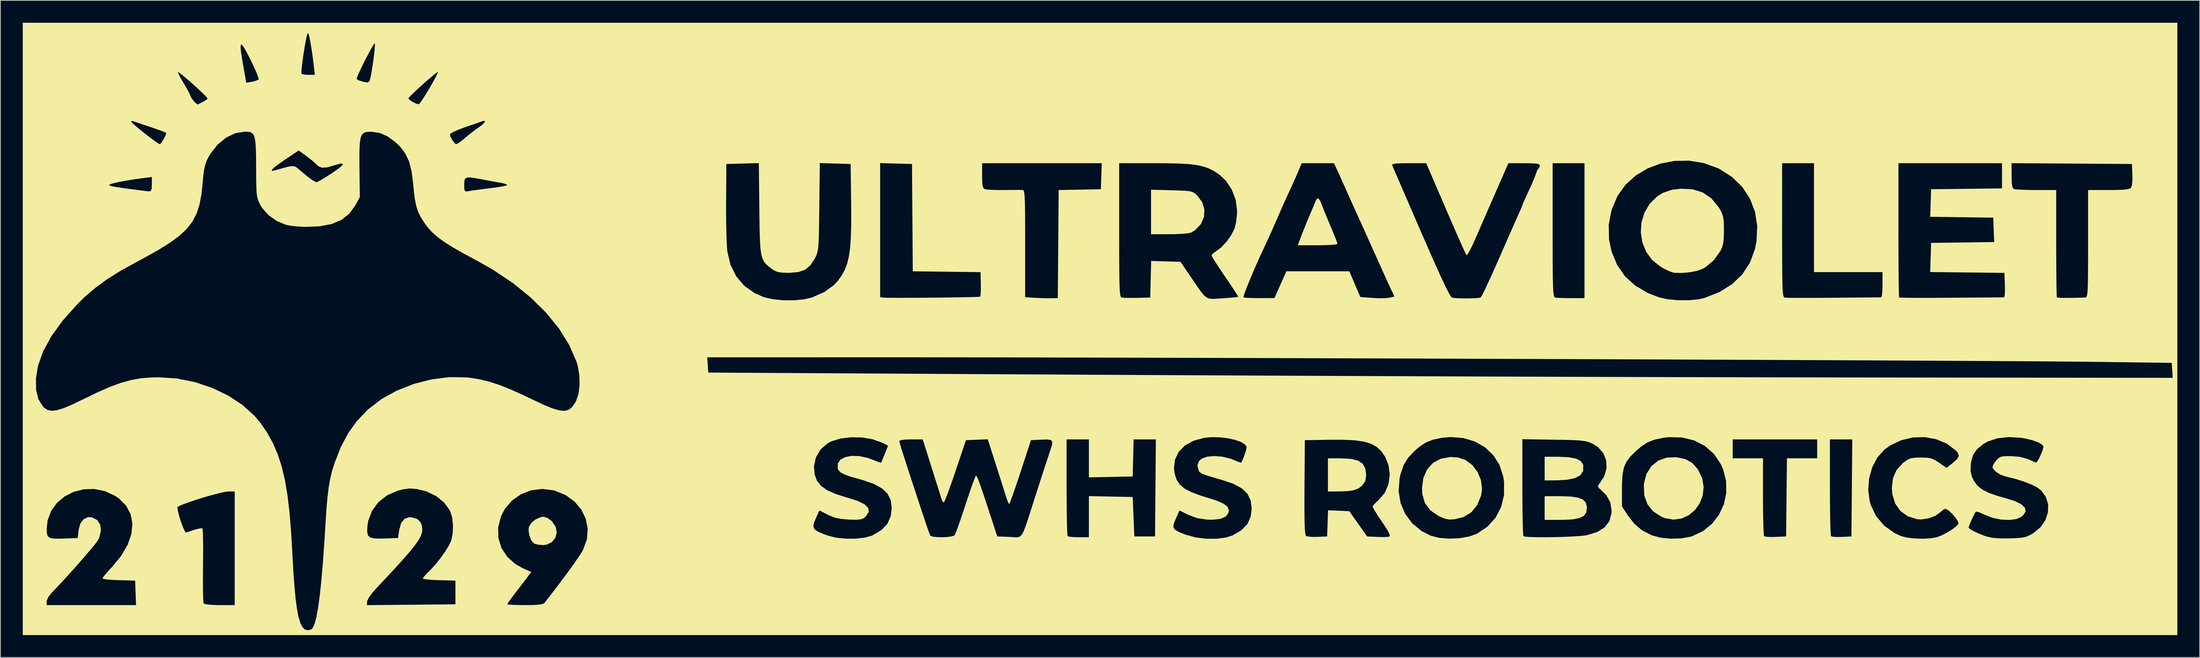
<source format=kicad_pcb>
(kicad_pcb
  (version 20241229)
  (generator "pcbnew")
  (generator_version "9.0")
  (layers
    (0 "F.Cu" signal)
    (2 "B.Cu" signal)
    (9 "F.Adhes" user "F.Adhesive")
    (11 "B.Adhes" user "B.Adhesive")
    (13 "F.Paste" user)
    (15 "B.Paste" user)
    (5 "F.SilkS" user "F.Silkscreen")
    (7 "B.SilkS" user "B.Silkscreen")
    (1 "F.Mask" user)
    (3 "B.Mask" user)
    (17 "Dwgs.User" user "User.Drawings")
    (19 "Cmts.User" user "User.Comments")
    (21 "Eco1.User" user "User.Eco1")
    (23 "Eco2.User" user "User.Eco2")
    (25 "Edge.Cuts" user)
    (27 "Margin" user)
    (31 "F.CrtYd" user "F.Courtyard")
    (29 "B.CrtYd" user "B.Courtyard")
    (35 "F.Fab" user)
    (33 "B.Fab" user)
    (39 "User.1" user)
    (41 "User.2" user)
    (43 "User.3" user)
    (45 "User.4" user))
  (footprint "logo"
    (layer "F.Cu")
    (at 144.289 41.063)
    (property "Reference" "logo" (at 0 0 0) (layer "F.SilkS") (effects (font (size 1.524 1.524) (thickness 0.3))))
    (attr board_only exclude_from_pos_files exclude_from_bom)
    (fp_poly (pts (xy 62.755 17.207) (xy 63.754 17.399) (xy 64.395 17.729) (xy 64.703 18.206) (xy 64.721 18.28) (xy 64.711 19.032) (xy 64.35 19.603) (xy 63.626 20.002) (xy 62.526 20.235) (xy 61.205 20.308) (xy 59.551 20.32) (xy 59.551 17.145) (xy 61.372 17.145)) (stroke (width 0) (type solid)) (fill yes) (layer "F.SilkS"))
    (fp_poly (pts (xy 61.632 22.437) (xy 62.999 22.479) (xy 63.992 22.618) (xy 64.658 22.875) (xy 65.046 23.27) (xy 65.2 23.825) (xy 65.208 24.024) (xy 65.114 24.63) (xy 64.801 25.071) (xy 64.222 25.367) (xy 63.331 25.539) (xy 62.081 25.608) (xy 61.632 25.611) (xy 59.551 25.612) (xy 59.551 22.437)) (stroke (width 0) (type solid)) (fill yes) (layer "F.SilkS"))
    (fp_poly (pts (xy 33.567 17.427) (xy 34.53 17.657) (xy 35.169 18.074) (xy 35.527 18.706) (xy 35.645 19.581) (xy 35.645 19.642) (xy 35.521 20.412) (xy 35.109 21.006) (xy 34.616 21.386) (xy 33.995 21.629) (xy 33.149 21.76) (xy 31.983 21.801) (xy 31.883 21.802) (xy 30.523 21.802) (xy 30.523 17.357) (xy 32.241 17.357)) (stroke (width 0) (type solid)) (fill yes) (layer "F.SilkS"))
    (fp_poly (pts (xy -74.065 25.333) (xy -73.533 25.692) (xy -73.409 25.807) (xy -72.914 26.536) (xy -72.775 27.304) (xy -72.955 28.022) (xy -73.421 28.596) (xy -74.135 28.937) (xy -74.643 28.992) (xy -75.275 28.935) (xy -75.764 28.802) (xy -75.81 28.779) (xy -76.173 28.37) (xy -76.436 27.718) (xy -76.545 27.001) (xy -76.501 26.565) (xy -76.179 26.021) (xy -75.592 25.542) (xy -74.899 25.24) (xy -74.529 25.189)) (stroke (width 0) (type solid)) (fill yes) (layer "F.SilkS"))
    (fp_poly (pts (xy 9.591 -18.595) (xy 10.724 -18.561) (xy 11.515 -18.52) (xy 12.05 -18.455) (xy 12.413 -18.347) (xy 12.691 -18.18) (xy 12.968 -17.935) (xy 13.01 -17.896) (xy 13.682 -16.999) (xy 13.981 -16.006) (xy 13.918 -14.998) (xy 13.508 -14.058) (xy 12.763 -13.269) (xy 12.234 -12.938) (xy 11.823 -12.837) (xy 11.082 -12.759) (xy 10.108 -12.711) (xy 9.299 -12.7) (xy 6.83 -12.7) (xy 6.83 -18.669)) (stroke (width 0) (type solid)) (fill yes) (layer "F.SilkS"))
    (fp_poly (pts (xy 47.932 17.242) (xy 48.98 17.598) (xy 49.878 18.282) (xy 50.575 19.211) (xy 51.02 20.299) (xy 51.163 21.464) (xy 51.036 22.353) (xy 50.504 23.645) (xy 49.702 24.613) (xy 48.636 25.249) (xy 47.459 25.533) (xy 46.769 25.566) (xy 46.172 25.453) (xy 45.47 25.151) (xy 45.266 25.046) (xy 44.208 24.305) (xy 43.515 23.36) (xy 43.169 22.183) (xy 43.121 21.398) (xy 43.301 19.993) (xy 43.807 18.839) (xy 44.604 17.965) (xy 45.658 17.402) (xy 46.933 17.18)) (stroke (width 0) (type solid)) (fill yes) (layer "F.SilkS"))
    (fp_poly (pts (xy 78.376 17.455) (xy 79.285 17.953) (xy 80.023 18.765) (xy 80.111 18.896) (xy 80.656 20.045) (xy 80.846 21.209) (xy 80.723 22.336) (xy 80.327 23.374) (xy 79.698 24.269) (xy 78.877 24.97) (xy 77.904 25.424) (xy 76.82 25.578) (xy 75.665 25.381) (xy 75.239 25.214) (xy 74.109 24.495) (xy 73.325 23.534) (xy 72.896 22.348) (xy 72.832 20.953) (xy 72.856 20.705) (xy 73.196 19.427) (xy 73.852 18.4) (xy 74.776 17.663) (xy 75.921 17.255) (xy 77.19 17.209)) (stroke (width 0) (type solid)) (fill yes) (layer "F.SilkS"))
    (fp_poly (pts (xy 29.501 -17.155) (xy 29.651 -16.775) (xy 29.852 -16.25) (xy 30.172 -15.456) (xy 30.562 -14.513) (xy 30.868 -13.79) (xy 31.243 -12.896) (xy 31.546 -12.142) (xy 31.744 -11.615) (xy 31.803 -11.409) (xy 31.603 -11.337) (xy 31.058 -11.277) (xy 30.247 -11.236) (xy 29.252 -11.218) (xy 29.145 -11.218) (xy 26.486 -11.218) (xy 26.779 -12.012) (xy 27.044 -12.707) (xy 27.387 -13.571) (xy 27.752 -14.474) (xy 28.088 -15.284) (xy 28.341 -15.869) (xy 28.393 -15.981) (xy 28.62 -16.507) (xy 28.805 -16.986) (xy 29.037 -17.449) (xy 29.26 -17.508)) (stroke (width 0) (type solid)) (fill yes) (layer "F.SilkS"))
    (fp_poly (pts (xy 79.359 -18.729) (xy 80.727 -18.299) (xy 81.883 -17.506) (xy 82.842 -16.343) (xy 82.981 -16.117) (xy 83.268 -15.586) (xy 83.442 -15.091) (xy 83.531 -14.498) (xy 83.562 -13.671) (xy 83.564 -13.229) (xy 83.542 -12.204) (xy 83.464 -11.472) (xy 83.306 -10.905) (xy 83.105 -10.475) (xy 82.223 -9.233) (xy 81.103 -8.285) (xy 80.669 -8.037) (xy 79.934 -7.783) (xy 78.957 -7.597) (xy 77.921 -7.502) (xy 77.008 -7.52) (xy 76.811 -7.547) (xy 76.325 -7.707) (xy 75.649 -8.021) (xy 75.105 -8.321) (xy 73.973 -9.216) (xy 73.152 -10.331) (xy 72.637 -11.596) (xy 72.429 -12.942) (xy 72.524 -14.301) (xy 72.921 -15.603) (xy 73.618 -16.781) (xy 74.613 -17.763) (xy 75.38 -18.246) (xy 76.583 -18.657) (xy 77.759 -18.806)) (stroke (width 0) (type solid)) (fill yes) (layer "F.SilkS"))
    (fp_poly (pts (xy 144.289 41.063) (xy -144.289 41.063) (xy -144.289 37.042) (xy -141.087 37.042) (xy -129.116 37.042) (xy -129.179 35.401) (xy -129.241 33.761) (xy -131.429 33.701) (xy -132.337 33.659) (xy -133.061 33.595) (xy -133.512 33.517) (xy -133.617 33.459) (xy -133.479 33.233) (xy -133.113 32.784) (xy -132.584 32.194) (xy -132.339 31.932) (xy -131.108 30.438) (xy -130.242 28.953) (xy -129.74 27.507) (xy -129.606 26.131) (xy -129.839 24.857) (xy -130.331 23.924) (xy -123.585 23.924) (xy -123.522 24.379) (xy -123.359 25.029) (xy -123.134 25.758) (xy -122.887 26.454) (xy -122.655 27.002) (xy -122.478 27.288) (xy -122.441 27.305) (xy -122.222 27.243) (xy -121.73 27.084) (xy -121.37 26.964) (xy -120.764 26.793) (xy -120.334 26.734) (xy -120.221 26.76) (xy -120.184 27.003) (xy -120.156 27.607) (xy -120.138 28.511) (xy -120.131 29.655) (xy -120.136 30.976) (xy -120.145 31.748) (xy -120.157 33.146) (xy -120.156 34.406) (xy -120.145 35.464) (xy -120.122 36.259) (xy -120.09 36.726) (xy -120.069 36.82) (xy -119.799 36.923) (xy -119.186 36.999) (xy -118.314 37.038) (xy -117.916 37.042) (xy -115.901 37.042) (xy -115.901 21.802) (xy -116.782 21.802) (xy -117.253 21.862) (xy -117.988 22.025) (xy -118.903 22.266) (xy -119.916 22.558) (xy -120.945 22.877) (xy -121.908 23.197) (xy -122.722 23.491) (xy -123.305 23.734) (xy -123.576 23.901) (xy -123.585 23.924) (xy -130.331 23.924) (xy -130.442 23.714) (xy -131.415 22.735) (xy -131.926 22.385) (xy -133.305 21.75) (xy -134.727 21.468) (xy -136.134 21.512) (xy -137.47 21.853) (xy -138.678 22.466) (xy -139.7 23.321) (xy -140.479 24.392) (xy -140.958 25.651) (xy -141.087 26.799) (xy -141.065 27.393) (xy -140.952 27.787) (xy -140.676 28.019) (xy -140.168 28.123) (xy -139.357 28.136) (xy -138.524 28.109) (xy -136.925 28.046) (xy -136.818 27.009) (xy -136.589 26.127) (xy -136.143 25.52) (xy -135.535 25.239) (xy -135.038 25.267) (xy -134.331 25.629) (xy -133.92 26.25) (xy -133.823 27.068) (xy -134.058 28.019) (xy -134.153 28.234) (xy -134.385 28.578) (xy -134.857 29.176) (xy -135.518 29.969) (xy -136.318 30.899) (xy -137.207 31.91) (xy -138.133 32.944) (xy -139.048 33.943) (xy -139.899 34.849) (xy -140.433 35.4) (xy -140.842 35.922) (xy -141.07 36.423) (xy -141.087 36.553) (xy -141.087 37.042) (xy -144.289 37.042) (xy -144.289 6.611) (xy -142.523 6.611) (xy -142.507 8.158) (xy -142.208 9.403) (xy -141.62 10.366) (xy -141.411 10.58) (xy -140.974 10.871) (xy -140.434 10.984) (xy -139.741 10.911) (xy -138.843 10.638) (xy -137.689 10.156) (xy -136.23 9.453) (xy -136.223 9.45) (xy -134.29 8.511) (xy -132.632 7.783) (xy -131.169 7.243) (xy -129.821 6.867) (xy -128.507 6.632) (xy -127.146 6.514) (xy -126.039 6.49) (xy -123.613 6.655) (xy -121.218 7.138) (xy -118.918 7.909) (xy -116.781 8.938) (xy -114.87 10.196) (xy -113.252 11.653) (xy -112.419 12.65) (xy -111.535 13.957) (xy -110.781 15.325) (xy -110.145 16.801) (xy -109.615 18.43) (xy -109.181 20.261) (xy -108.831 22.339) (xy -108.553 24.711) (xy -108.335 27.424) (xy -108.208 29.633) (xy -108.07 32.156) (xy -107.922 34.283) (xy -107.76 36.042) (xy -107.578 37.46) (xy -107.371 38.567) (xy -107.134 39.389) (xy -106.86 39.953) (xy -106.544 40.289) (xy -106.181 40.423) (xy -106.082 40.428) (xy -105.64 40.289) (xy -105.494 40.164) (xy -105.23 39.64) (xy -104.979 38.731) (xy -104.738 37.432) (xy -104.685 37.048) (xy -98.185 37.048) (xy -92.262 36.992) (xy -86.339 36.936) (xy -86.339 33.761) (xy -88.526 33.701) (xy -89.435 33.661) (xy -90.159 33.601) (xy -90.609 33.531) (xy -90.714 33.479) (xy -90.572 33.255) (xy -90.206 32.846) (xy -89.84 32.481) (xy -89.114 31.708) (xy -88.372 30.788) (xy -87.697 29.837) (xy -87.171 28.971) (xy -86.903 28.385) (xy -86.697 27.385) (xy -86.677 26.618) (xy -80.615 26.618) (xy -80.584 28.05) (xy -80.172 29.385) (xy -79.401 30.569) (xy -78.293 31.55) (xy -77.311 32.095) (xy -76.181 32.6) (xy -76.775 33.392) (xy -77.209 33.965) (xy -77.781 34.714) (xy -78.37 35.48) (xy -78.386 35.501) (xy -78.865 36.135) (xy -79.222 36.634) (xy -79.395 36.908) (xy -79.402 36.93) (xy -79.203 36.974) (xy -78.662 37.011) (xy -77.866 37.034) (xy -77.024 37.042) (xy -75.893 37.027) (xy -75.124 36.978) (xy -74.653 36.888) (xy -74.416 36.75) (xy -74.409 36.741) (xy -73.294 35.31) (xy -72.235 33.917) (xy -71.271 32.617) (xy -70.442 31.464) (xy -69.787 30.512) (xy -69.346 29.815) (xy -69.244 29.633) (xy -68.736 28.24) (xy -68.622 26.84) (xy -68.69 26.478) (xy -38.397 26.478) (xy -38.247 26.861) (xy -37.803 27.184) (xy -37.02 27.517) (xy -36.418 27.735) (xy -35.337 28) (xy -34.068 28.132) (xy -32.757 28.132) (xy -31.548 28.001) (xy -30.589 27.739) (xy -30.523 27.711) (xy -29.315 27.011) (xy -28.491 26.154) (xy -28.029 25.107) (xy -27.9 23.983) (xy -28.035 22.959) (xy -28.461 22.103) (xy -29.209 21.387) (xy -30.31 20.784) (xy -31.795 20.267) (xy -32.254 20.141) (xy -33.431 19.81) (xy -34.249 19.518) (xy -34.769 19.233) (xy -35.052 18.925) (xy -35.135 18.716) (xy -35.129 18.054) (xy -34.779 17.543) (xy -34.146 17.197) (xy -33.289 17.031) (xy -32.27 17.059) (xy -31.147 17.295) (xy -30.33 17.592) (xy -29.772 17.817) (xy -29.406 17.937) (xy -29.334 17.941) (xy -29.231 17.73) (xy -29.026 17.244) (xy -28.837 16.777) (xy -28.396 15.668) (xy -29.222 15.25) (xy -29.83 15.028) (xy -26.894 15.028) (xy -26.863 15.182) (xy -26.766 15.529) (xy -26.593 16.096) (xy -26.335 16.912) (xy -25.985 18.001) (xy -25.533 19.392) (xy -24.972 21.11) (xy -24.291 23.183) (xy -23.685 25.027) (xy -23.36 25.999) (xy -23.073 26.83) (xy -22.855 27.433) (xy -22.736 27.722) (xy -22.734 27.726) (xy -22.448 27.852) (xy -21.878 27.923) (xy -21.159 27.94) (xy -20.43 27.905) (xy -19.828 27.82) (xy -19.49 27.688) (xy -19.478 27.675) (xy -19.349 27.398) (xy -19.116 26.785) (xy -18.802 25.903) (xy -18.431 24.82) (xy -18.028 23.604) (xy -18.012 23.553) (xy -17.615 22.354) (xy -17.256 21.307) (xy -16.957 20.473) (xy -16.74 19.914) (xy -16.628 19.691) (xy -16.624 19.69) (xy -16.541 19.752) (xy -16.42 19.971) (xy -16.248 20.39) (xy -16.007 21.049) (xy -15.684 21.993) (xy -15.262 23.262) (xy -14.803 24.659) (xy -13.767 27.834) (xy -12.142 27.895) (xy -11.646 27.928) (xy -11.257 27.954) (xy -10.949 27.932) (xy -10.695 27.82) (xy -10.468 27.575) (xy -10.241 27.154) (xy -9.989 26.516) (xy -9.683 25.619) (xy -9.299 24.419) (xy -8.808 22.875) (xy -8.634 22.331) (xy -8.281 21.237) (xy -4.482 21.237) (xy -4.478 22.845) (xy -4.465 24.315) (xy -4.445 25.594) (xy -4.419 26.629) (xy -4.388 27.367) (xy -4.354 27.754) (xy -4.34 27.799) (xy -4.067 27.872) (xy -3.497 27.923) (xy -2.846 27.94) (xy -1.494 27.94) (xy -1.494 22.425) (xy 4.376 22.543) (xy 4.482 25.188) (xy 4.589 27.834) (xy 7.364 27.834) (xy 7.375 26.558) (xy 9.815 26.558) (xy 9.996 26.898) (xy 10.474 27.198) (xy 11.297 27.534) (xy 11.55 27.627) (xy 12.818 27.968) (xy 14.223 28.141) (xy 15.628 28.143) (xy 16.894 27.973) (xy 17.716 27.711) (xy 18.917 27.018) (xy 19.732 26.178) (xy 20.187 25.154) (xy 20.31 24.118) (xy 20.201 23.199) (xy 27.374 23.199) (xy 27.378 24.743) (xy 27.395 25.931) (xy 27.427 26.795) (xy 27.476 27.37) (xy 27.541 27.689) (xy 27.597 27.776) (xy 27.937 27.857) (xy 28.554 27.896) (xy 29.135 27.889) (xy 30.416 27.834) (xy 30.478 26.078) (xy 30.54 24.323) (xy 33.388 24.448) (xy 34.578 26.141) (xy 35.768 27.834) (xy 37.125 27.898) (xy 37.879 27.915) (xy 38.481 27.896) (xy 38.766 27.854) (xy 38.817 27.672) (xy 38.63 27.234) (xy 38.194 26.514) (xy 37.775 25.887) (xy 37.25 25.105) (xy 36.83 24.446) (xy 36.565 23.993) (xy 36.499 23.835) (xy 36.649 23.598) (xy 37.032 23.202) (xy 37.337 22.931) (xy 38.137 21.987) (xy 38.243 21.738) (xy 39.989 21.738) (xy 40.248 23.337) (xy 40.867 24.804) (xy 41.815 26.08) (xy 43.063 27.111) (xy 44.274 27.728) (xy 45.41 28.021) (xy 46.757 28.132) (xy 48.16 28.07) (xy 49.466 27.839) (xy 50.48 27.469) (xy 51.892 26.519) (xy 52.979 25.313) (xy 53.724 23.891) (xy 54.107 22.288) (xy 54.113 20.544) (xy 54.004 19.804) (xy 53.51 18.26) (xy 52.682 16.943) (xy 51.567 15.881) (xy 50.207 15.101) (xy 49.181 14.792) (xy 56.563 14.792) (xy 56.563 21.225) (xy 56.568 22.835) (xy 56.58 24.306) (xy 56.6 25.587) (xy 56.626 26.623) (xy 56.657 27.363) (xy 56.691 27.753) (xy 56.705 27.799) (xy 56.985 27.866) (xy 57.61 27.912) (xy 58.499 27.936) (xy 59.573 27.941) (xy 60.749 27.927) (xy 61.948 27.897) (xy 63.088 27.85) (xy 64.089 27.79) (xy 64.87 27.716) (xy 65.235 27.659) (xy 66.602 27.235) (xy 67.598 26.604) (xy 68.23 25.762) (xy 68.503 24.702) (xy 68.515 24.384) (xy 68.428 23.812) (xy 69.903 23.812) (xy 70.685 25.005) (xy 71.582 26.161) (xy 72.596 27.009) (xy 73.866 27.663) (xy 73.959 27.7) (xy 75.091 28.003) (xy 76.439 28.136) (xy 77.827 28.094) (xy 79.079 27.875) (xy 79.31 27.805) (xy 80.77 27.117) (xy 81.98 26.129) (xy 82.917 24.903) (xy 83.558 23.5) (xy 83.877 21.979) (xy 83.851 20.403) (xy 83.456 18.832) (xy 83.143 18.128) (xy 82.622 17.357) (xy 84.738 17.357) (xy 88.793 17.357) (xy 88.793 22.507) (xy 88.799 23.944) (xy 88.816 25.238) (xy 88.842 26.331) (xy 88.875 27.162) (xy 88.914 27.673) (xy 88.944 27.808) (xy 89.221 27.876) (xy 89.795 27.907) (xy 90.492 27.896) (xy 91.888 27.834) (xy 91.945 22.595) (xy 91.96 21.237) (xy 97.758 21.237) (xy 97.763 22.846) (xy 97.776 24.317) (xy 97.798 25.597) (xy 97.825 26.633) (xy 97.858 27.373) (xy 97.895 27.763) (xy 97.909 27.808) (xy 98.188 27.878) (xy 98.758 27.908) (xy 99.35 27.896) (xy 100.639 27.834) (xy 100.694 21.569) (xy 102.888 21.569) (xy 103.081 23.098) (xy 103.23 23.616) (xy 103.949 25.118) (xy 105.01 26.376) (xy 106.389 27.365) (xy 107.235 27.769) (xy 108.029 27.979) (xy 109.08 28.105) (xy 110.227 28.139) (xy 111.308 28.077) (xy 112.066 27.941) (xy 112.724 27.691) (xy 113.465 27.309) (xy 114.167 26.869) (xy 114.452 26.649) (xy 116.328 26.649) (xy 116.513 26.842) (xy 117.006 27.126) (xy 117.711 27.453) (xy 118.53 27.773) (xy 118.676 27.824) (xy 119.442 28.008) (xy 120.443 28.096) (xy 121.77 28.097) (xy 121.794 28.096) (xy 122.812 28.058) (xy 123.525 27.992) (xy 124.056 27.871) (xy 124.526 27.669) (xy 124.993 27.399) (xy 125.954 26.611) (xy 126.612 25.657) (xy 126.959 24.612) (xy 126.989 23.552) (xy 126.695 22.553) (xy 126.069 21.688) (xy 125.576 21.295) (xy 124.828 20.904) (xy 123.793 20.496) (xy 122.609 20.117) (xy 121.409 19.817) (xy 121.3 19.795) (xy 120.648 19.567) (xy 120.053 19.205) (xy 119.641 18.8) (xy 119.529 18.517) (xy 119.66 18.174) (xy 119.98 17.709) (xy 120.045 17.633) (xy 120.355 17.317) (xy 120.68 17.141) (xy 121.152 17.069) (xy 121.902 17.061) (xy 122.033 17.063) (xy 123.201 17.159) (xy 124.252 17.44) (xy 125.348 17.935) (xy 125.505 17.807) (xy 125.745 17.409) (xy 126.007 16.869) (xy 126.229 16.317) (xy 126.352 15.881) (xy 126.36 15.791) (xy 126.16 15.495) (xy 125.615 15.19) (xy 124.803 14.906) (xy 123.803 14.675) (xy 123.337 14.6) (xy 121.699 14.504) (xy 120.189 14.674) (xy 118.897 15.097) (xy 118.259 15.469) (xy 117.432 16.169) (xy 116.931 16.902) (xy 116.672 17.813) (xy 116.619 18.24) (xy 116.597 19.076) (xy 116.752 19.76) (xy 117.006 20.312) (xy 117.467 20.974) (xy 118.127 21.523) (xy 119.048 21.995) (xy 120.296 22.425) (xy 121.186 22.669) (xy 122.488 23.073) (xy 123.389 23.517) (xy 123.884 23.994) (xy 123.965 24.496) (xy 123.629 25.018) (xy 123.436 25.184) (xy 122.747 25.495) (xy 121.796 25.622) (xy 120.702 25.572) (xy 119.584 25.35) (xy 118.563 24.963) (xy 118.523 24.942) (xy 117.912 24.66) (xy 117.46 24.51) (xy 117.295 24.512) (xy 117.134 24.775) (xy 116.887 25.272) (xy 116.625 25.851) (xy 116.416 26.36) (xy 116.328 26.646) (xy 116.328 26.649) (xy 114.452 26.649) (xy 114.712 26.447) (xy 114.975 26.126) (xy 114.904 25.813) (xy 114.603 25.345) (xy 114.173 24.836) (xy 113.714 24.4) (xy 113.326 24.152) (xy 113.223 24.13) (xy 112.908 24.274) (xy 112.599 24.546) (xy 111.9 25.058) (xy 110.962 25.413) (xy 109.964 25.556) (xy 109.447 25.524) (xy 108.2 25.137) (xy 107.209 24.428) (xy 106.506 23.435) (xy 106.12 22.194) (xy 106.054 21.364) (xy 106.199 20.036) (xy 106.671 18.945) (xy 107.5 18.022) (xy 107.649 17.9) (xy 108.145 17.546) (xy 108.604 17.35) (xy 109.188 17.267) (xy 109.925 17.252) (xy 110.761 17.275) (xy 111.349 17.378) (xy 111.868 17.613) (xy 112.376 17.945) (xy 113.369 18.639) (xy 114.208 17.98) (xy 114.792 17.451) (xy 115.012 17.022) (xy 114.888 16.61) (xy 114.627 16.306) (xy 113.413 15.388) (xy 111.996 14.79) (xy 110.454 14.514) (xy 108.862 14.561) (xy 107.298 14.931) (xy 105.84 15.625) (xy 105.055 16.191) (xy 104.119 17.234) (xy 103.43 18.541) (xy 103.012 20.018) (xy 102.888 21.569) (xy 100.694 21.569) (xy 100.752 14.817) (xy 97.758 14.817) (xy 97.758 21.237) (xy 91.96 21.237) (xy 92.002 17.357) (xy 96.05 17.357) (xy 96.05 14.817) (xy 84.738 14.817) (xy 84.738 17.357) (xy 82.622 17.357) (xy 82.222 16.764) (xy 81.024 15.702) (xy 79.592 14.962) (xy 77.966 14.561) (xy 76.188 14.519) (xy 75.431 14.608) (xy 74.257 14.856) (xy 73.319 15.227) (xy 72.444 15.805) (xy 71.753 16.4) (xy 71.01 17.142) (xy 70.493 17.837) (xy 70.163 18.59) (xy 69.982 19.506) (xy 69.91 20.687) (xy 69.903 21.378) (xy 69.903 23.812) (xy 68.428 23.812) (xy 68.343 23.255) (xy 67.802 22.295) (xy 67.217 21.713) (xy 66.804 21.337) (xy 66.687 21.087) (xy 66.819 20.84) (xy 66.864 20.788) (xy 67.537 19.76) (xy 67.841 18.676) (xy 67.787 17.608) (xy 67.387 16.632) (xy 66.654 15.82) (xy 66.015 15.421) (xy 65.636 15.249) (xy 65.256 15.119) (xy 64.807 15.026) (xy 64.217 14.961) (xy 63.417 14.916) (xy 62.335 14.885) (xy 60.903 14.859) (xy 60.779 14.857) (xy 56.563 14.792) (xy 49.181 14.792) (xy 48.648 14.632) (xy 46.934 14.5) (xy 45.753 14.61) (xy 44.582 14.857) (xy 43.645 15.229) (xy 42.77 15.809) (xy 42.084 16.4) (xy 41.235 17.314) (xy 40.647 18.297) (xy 40.245 19.496) (xy 40.12 20.061) (xy 39.989 21.738) (xy 38.243 21.738) (xy 38.63 20.832) (xy 38.801 19.56) (xy 38.638 18.268) (xy 38.187 17.156) (xy 37.674 16.404) (xy 37.055 15.823) (xy 36.275 15.395) (xy 35.279 15.104) (xy 34.013 14.931) (xy 32.423 14.86) (xy 30.931 14.864) (xy 27.428 14.922) (xy 27.383 21.265) (xy 27.374 23.199) (xy 20.201 23.199) (xy 20.18 23.023) (xy 19.748 22.122) (xy 18.986 21.383) (xy 17.86 20.775) (xy 16.594 20.337) (xy 15.385 19.985) (xy 14.523 19.723) (xy 13.942 19.525) (xy 13.579 19.367) (xy 13.368 19.224) (xy 13.246 19.07) (xy 13.221 19.026) (xy 13.029 18.326) (xy 13.246 17.728) (xy 13.598 17.414) (xy 14.332 17.14) (xy 15.312 17.049) (xy 16.399 17.136) (xy 17.458 17.399) (xy 17.802 17.535) (xy 18.392 17.782) (xy 18.794 17.925) (xy 18.9 17.941) (xy 19.063 17.641) (xy 19.279 17.107) (xy 19.484 16.513) (xy 19.617 16.032) (xy 19.637 15.888) (xy 19.437 15.511) (xy 18.892 15.169) (xy 18.083 14.88) (xy 17.092 14.663) (xy 15.999 14.537) (xy 14.886 14.52) (xy 13.966 14.607) (xy 12.525 14.995) (xy 11.369 15.637) (xy 10.528 16.498) (xy 10.029 17.542) (xy 9.902 18.735) (xy 10.005 19.458) (xy 10.258 20.23) (xy 10.67 20.863) (xy 11.296 21.399) (xy 12.193 21.877) (xy 13.418 22.338) (xy 14.495 22.671) (xy 15.719 23.069) (xy 16.558 23.448) (xy 17.053 23.838) (xy 17.243 24.265) (xy 17.213 24.613) (xy 16.869 25.144) (xy 16.158 25.47) (xy 15.076 25.592) (xy 14.358 25.574) (xy 12.997 25.376) (xy 11.8 24.927) (xy 11.78 24.917) (xy 10.646 24.346) (xy 10.145 25.455) (xy 9.881 26.103) (xy 9.815 26.558) (xy 7.375 26.558) (xy 7.477 14.817) (xy 4.496 14.817) (xy 4.436 17.304) (xy 4.376 19.791) (xy -1.494 19.909) (xy -1.494 14.817) (xy -4.482 14.817) (xy -4.482 21.237) (xy -8.281 21.237) (xy -8.181 20.927) (xy -7.74 19.563) (xy -7.337 18.326) (xy -7 17.301) (xy -6.758 16.572) (xy -6.714 16.444) (xy -6.456 15.641) (xy -6.39 15.151) (xy -6.572 14.903) (xy -7.059 14.827) (xy -7.911 14.853) (xy -8.012 14.858) (xy -9.252 14.922) (xy -10.654 19.209) (xy -11.073 20.475) (xy -11.453 21.592) (xy -11.774 22.503) (xy -12.014 23.148) (xy -12.153 23.47) (xy -12.174 23.495) (xy -12.293 23.31) (xy -12.482 22.829) (xy -12.663 22.278) (xy -12.862 21.635) (xy -13.156 20.699) (xy -13.511 19.577) (xy -13.893 18.378) (xy -14.036 17.93) (xy -15.038 14.8) (xy -17.962 14.922) (xy -19.367 19.103) (xy -19.794 20.351) (xy -20.185 21.451) (xy -20.517 22.343) (xy -20.768 22.967) (xy -20.916 23.266) (xy -20.937 23.283) (xy -21.116 23.107) (xy -21.239 22.807) (xy -21.358 22.414) (xy -21.572 21.724) (xy -21.848 20.843) (xy -22.081 20.108) (xy -22.434 18.992) (xy -22.801 17.83) (xy -23.126 16.797) (xy -23.266 16.351) (xy -23.746 14.817) (xy -25.32 14.817) (xy -26.116 14.843) (xy -26.67 14.915) (xy -26.893 15.021) (xy -26.894 15.028) (xy -29.83 15.028) (xy -30.45 14.802) (xy -31.866 14.563) (xy -33.344 14.53) (xy -34.76 14.702) (xy -35.988 15.078) (xy -36.488 15.339) (xy -37.436 16.168) (xy -38.057 17.223) (xy -38.318 18.421) (xy -38.219 19.547) (xy -37.91 20.368) (xy -37.37 21.053) (xy -36.553 21.633) (xy -35.408 22.143) (xy -33.889 22.618) (xy -33.776 22.648) (xy -32.445 23.074) (xy -31.536 23.527) (xy -31.048 24.012) (xy -30.977 24.531) (xy -31.32 25.089) (xy -31.43 25.197) (xy -31.724 25.423) (xy -32.076 25.549) (xy -32.601 25.595) (xy -33.414 25.579) (xy -33.618 25.571) (xy -34.693 25.484) (xy -35.527 25.307) (xy -36.302 24.998) (xy -36.458 24.922) (xy -37.59 24.347) (xy -38 25.244) (xy -38.3 25.962) (xy -38.397 26.478) (xy -68.69 26.478) (xy -68.876 25.49) (xy -69.471 24.244) (xy -70.378 23.159) (xy -71.571 22.29) (xy -73.023 21.692) (xy -73.171 21.652) (xy -74.7 21.458) (xy -76.19 21.646) (xy -77.57 22.18) (xy -78.774 23.027) (xy -79.732 24.154) (xy -80.241 25.143) (xy -80.615 26.618) (xy -86.677 26.618) (xy -86.667 26.253) (xy -86.805 25.168) (xy -87.078 24.356) (xy -87.837 23.308) (xy -88.901 22.433) (xy -90.158 21.819) (xy -90.47 21.721) (xy -91.574 21.465) (xy -92.488 21.399) (xy -93.401 21.522) (xy -94.056 21.694) (xy -95.484 22.312) (xy -96.647 23.225) (xy -97.505 24.383) (xy -98.017 25.74) (xy -98.126 26.434) (xy -98.162 27.184) (xy -98.063 27.681) (xy -97.764 27.971) (xy -97.199 28.102) (xy -96.302 28.122) (xy -95.806 28.108) (xy -94.027 28.046) (xy -93.875 26.988) (xy -93.611 26.045) (xy -93.149 25.46) (xy -92.502 25.245) (xy -92.13 25.278) (xy -91.406 25.523) (xy -90.991 25.961) (xy -90.82 26.463) (xy -90.77 26.865) (xy -90.814 27.288) (xy -90.976 27.763) (xy -91.28 28.322) (xy -91.749 28.999) (xy -92.409 29.827) (xy -93.281 30.837) (xy -94.391 32.062) (xy -95.762 33.536) (xy -96.772 34.608) (xy -97.482 35.411) (xy -97.963 36.067) (xy -98.173 36.516) (xy -98.179 36.569) (xy -98.185 37.048) (xy -104.685 37.048) (xy -104.507 35.737) (xy -104.286 33.64) (xy -104.074 31.135) (xy -103.869 28.216) (xy -103.743 26.141) (xy -103.618 24.207) (xy -103.481 22.619) (xy -103.321 21.297) (xy -103.126 20.164) (xy -102.884 19.141) (xy -102.583 18.15) (xy -102.529 17.992) (xy -101.681 15.827) (xy -100.709 13.987) (xy -99.554 12.378) (xy -98.159 10.907) (xy -98.038 10.794) (xy -96.256 9.421) (xy -94.187 8.275) (xy -91.92 7.382) (xy -89.545 6.77) (xy -87.151 6.467) (xy -84.829 6.501) (xy -84.3 6.561) (xy -83.02 6.777) (xy -81.749 7.092) (xy -80.406 7.534) (xy -78.911 8.131) (xy -77.182 8.912) (xy -76.082 9.44) (xy -74.577 10.15) (xy -73.386 10.645) (xy -72.457 10.925) (xy -71.739 10.994) (xy -71.181 10.853) (xy -70.729 10.505) (xy -70.334 9.95) (xy -70.182 9.677) (xy -69.854 8.714) (xy -69.708 7.506) (xy -69.745 6.19) (xy -69.968 4.904) (xy -70.104 4.445) (xy -70.379 3.81) (xy -52.614 3.81) (xy -52.543 4.833) (xy -52.471 5.857) (xy -22.447 6.028) (xy -12.049 6.087) (xy -2.047 6.141) (xy 7.588 6.191) (xy 16.887 6.237) (xy 25.879 6.28) (xy 34.596 6.318) (xy 43.067 6.353) (xy 51.323 6.385) (xy 59.393 6.413) (xy 67.308 6.438) (xy 75.098 6.46) (xy 82.794 6.478) (xy 90.425 6.494) (xy 98.021 6.507) (xy 105.614 6.518) (xy 106.254 6.518) (xy 143.672 6.562) (xy 143.542 4.551) (xy 132.229 4.407) (xy 130.845 4.392) (xy 129.055 4.376) (xy 126.88 4.358) (xy 124.341 4.34) (xy 121.458 4.322) (xy 118.253 4.302) (xy 114.745 4.282) (xy 110.957 4.262) (xy 106.909 4.241) (xy 102.622 4.22) (xy 98.117 4.198) (xy 93.414 4.176) (xy 88.535 4.155) (xy 83.5 4.133) (xy 78.33 4.111) (xy 73.047 4.089) (xy 67.67 4.068) (xy 62.221 4.047) (xy 56.721 4.026) (xy 51.19 4.006) (xy 45.65 3.986) (xy 40.121 3.967) (xy 34.624 3.948) (xy 29.18 3.931) (xy 23.81 3.914) (xy 18.534 3.898) (xy 13.374 3.883) (xy 8.351 3.869) (xy 3.485 3.856) (xy -1.203 3.845) (xy -5.692 3.835) (xy -9.961 3.826) (xy -13.99 3.819) (xy -17.756 3.813) (xy -21.241 3.809) (xy -24.421 3.807) (xy -27.278 3.806) (xy -27.428 3.806) (xy -52.614 3.81) (xy -70.379 3.81) (xy -71.077 2.195) (xy -72.449 -0.021) (xy -74.194 -2.174) (xy -76.283 -4.238) (xy -78.689 -6.184) (xy -81.386 -7.984) (xy -83.507 -9.182) (xy -85.275 -10.132) (xy -86.705 -10.949) (xy -87.848 -11.673) (xy -88.757 -12.34) (xy -89.483 -12.989) (xy -90.08 -13.657) (xy -90.503 -14.236) (xy -90.973 -14.98) (xy -91.235 -15.506) (xy -50.089 -15.506) (xy -50.073 -14.017) (xy -50.043 -12.656) (xy -50 -11.507) (xy -49.947 -10.656) (xy -49.917 -10.372) (xy -49.498 -8.603) (xy -48.737 -7.066) (xy -47.658 -5.791) (xy -46.282 -4.804) (xy -45.037 -4.26) (xy -43.862 -3.985) (xy -42.463 -3.843) (xy -41.002 -3.837) (xy -39.636 -3.967) (xy -38.591 -4.211) (xy -36.935 -4.94) (xy -35.652 -5.868) (xy -35.084 -6.492) (xy -34.59 -7.196) (xy -34.191 -7.926) (xy -33.879 -8.736) (xy -33.647 -9.678) (xy -33.484 -10.803) (xy -33.382 -12.165) (xy -33.332 -13.816) (xy -33.327 -15.809) (xy -33.339 -17.039) (xy -33.404 -22.119) (xy -35.47 -22.18) (xy -37.531 -22.24) (xy -29.455 -22.24) (xy -29.455 -4.263) (xy -28.975 -4.195) (xy -28.644 -4.179) (xy -27.968 -4.17) (xy -27.011 -4.167) (xy -25.836 -4.169) (xy -24.509 -4.175) (xy -23.093 -4.186) (xy -21.651 -4.2) (xy -20.249 -4.217) (xy -18.95 -4.236) (xy -17.817 -4.257) (xy -16.916 -4.278) (xy -16.31 -4.3) (xy -16.063 -4.321) (xy -16.061 -4.322) (xy -15.993 -4.616) (xy -15.964 -5.312) (xy -15.975 -6.387) (xy -15.978 -6.505) (xy -16.008 -7.612) (xy -20.544 -7.669) (xy -25.08 -7.726) (xy -25.134 -14.922) (xy -25.176 -20.554) (xy -15.795 -20.554) (xy -15.78 -19.687) (xy -15.721 -19.154) (xy -15.603 -18.866) (xy -15.428 -18.744) (xy -15.066 -18.687) (xy -14.389 -18.646) (xy -13.509 -18.627) (xy -12.92 -18.628) (xy -11.971 -18.637) (xy -11.154 -18.642) (xy -10.584 -18.642) (xy -10.405 -18.639) (xy -10.305 -18.612) (xy -10.224 -18.511) (xy -10.161 -18.294) (xy -10.113 -17.92) (xy -10.079 -17.346) (xy -10.056 -16.531) (xy -10.042 -15.434) (xy -10.035 -14.013) (xy -10.032 -12.226) (xy -10.032 -11.441) (xy -10.032 -4.254) (xy -8.805 -4.173) (xy -7.909 -4.13) (xy -7.006 -4.109) (xy -6.617 -4.11) (xy -5.656 -4.128) (xy -5.6 -11.377) (xy -5.586 -13.245) (xy 2.561 -13.245) (xy 2.562 -11.05) (xy 2.567 -9.241) (xy 2.576 -7.781) (xy 2.591 -6.633) (xy 2.614 -5.759) (xy 2.646 -5.122) (xy 2.688 -4.686) (xy 2.743 -4.411) (xy 2.81 -4.262) (xy 2.893 -4.201) (xy 2.915 -4.196) (xy 3.287 -4.168) (xy 3.956 -4.156) (xy 4.793 -4.162) (xy 4.996 -4.166) (xy 6.724 -4.205) (xy 6.784 -6.661) (xy 6.844 -9.117) (xy 8.811 -9.057) (xy 10.779 -8.996) (xy 12.223 -6.879) (xy 12.944 -5.815) (xy 13.48 -5.046) (xy 13.898 -4.528) (xy 14.266 -4.215) (xy 14.651 -4.063) (xy 15.121 -4.026) (xy 15.744 -4.06) (xy 16.386 -4.106) (xy 17.27 -4.169) (xy 17.977 -4.231) (xy 17.995 -4.233) (xy 19.215 -4.233) (xy 19.49 -4.188) (xy 20.087 -4.153) (xy 20.902 -4.134) (xy 21.372 -4.132) (xy 23.361 -4.137) (xy 24.158 -5.931) (xy 24.955 -7.726) (xy 33.39 -7.726) (xy 34.125 -6.004) (xy 34.861 -4.282) (xy 36.48 -4.155) (xy 37.369 -4.112) (xy 38.178 -4.121) (xy 38.74 -4.178) (xy 38.763 -4.183) (xy 39.425 -4.339) (xy 38.835 -5.609) (xy 38.561 -6.206) (xy 38.153 -7.104) (xy 37.649 -8.218) (xy 37.09 -9.461) (xy 36.512 -10.748) (xy 36.502 -10.77) (xy 35.933 -12.041) (xy 35.388 -13.253) (xy 34.905 -14.325) (xy 34.519 -15.177) (xy 34.269 -15.728) (xy 34.261 -15.744) (xy 33.952 -16.423) (xy 33.54 -17.338) (xy 33.092 -18.342) (xy 32.872 -18.838) (xy 32.459 -19.766) (xy 32.075 -20.622) (xy 31.773 -21.285) (xy 31.655 -21.537) (xy 31.44 -21.989) (xy 39.115 -21.989) (xy 39.123 -21.96) (xy 39.227 -21.716) (xy 39.483 -21.124) (xy 39.871 -20.223) (xy 40.376 -19.055) (xy 40.979 -17.66) (xy 41.664 -16.078) (xy 42.412 -14.35) (xy 43.006 -12.977) (xy 44.04 -10.605) (xy 44.919 -8.618) (xy 45.648 -7.009) (xy 46.231 -5.769) (xy 46.672 -4.89) (xy 46.973 -4.365) (xy 47.137 -4.185) (xy 47.628 -4.13) (xy 48.348 -4.099) (xy 49.168 -4.092) (xy 49.962 -4.108) (xy 50.602 -4.145) (xy 50.961 -4.204) (xy 50.981 -4.214) (xy 51.128 -4.441) (xy 51.417 -5.005) (xy 51.822 -5.852) (xy 52.32 -6.929) (xy 52.884 -8.184) (xy 53.434 -9.43) (xy 54.056 -10.855) (xy 54.648 -12.205) (xy 55.105 -13.245) (xy 60.618 -13.245) (xy 60.62 -11.051) (xy 60.624 -9.243) (xy 60.633 -7.785) (xy 60.648 -6.637) (xy 60.67 -5.764) (xy 60.702 -5.127) (xy 60.744 -4.69) (xy 60.799 -4.415) (xy 60.866 -4.265) (xy 60.949 -4.203) (xy 60.975 -4.196) (xy 61.347 -4.164) (xy 62.018 -4.14) (xy 62.862 -4.128) (xy 63.11 -4.128) (xy 64.887 -4.128) (xy 64.887 -13.176) (xy 64.887 -13.98) (xy 68.13 -13.98) (xy 68.171 -11.99) (xy 68.513 -10.383) (xy 69.256 -8.576) (xy 70.32 -7.044) (xy 71.71 -5.783) (xy 73.43 -4.787) (xy 74.919 -4.218) (xy 76.056 -3.972) (xy 77.415 -3.847) (xy 78.828 -3.845) (xy 80.131 -3.967) (xy 80.962 -4.15) (xy 82.984 -4.953) (xy 84.678 -6.018) (xy 86.037 -7.336) (xy 87.052 -8.898) (xy 87.716 -10.696) (xy 87.927 -11.765) (xy 87.995 -13.245) (xy 91.355 -13.245) (xy 91.356 -11.051) (xy 91.36 -9.242) (xy 91.369 -7.783) (xy 91.384 -6.635) (xy 91.407 -5.762) (xy 91.439 -5.125) (xy 91.481 -4.688) (xy 91.535 -4.413) (xy 91.603 -4.264) (xy 91.686 -4.202) (xy 91.71 -4.196) (xy 92.008 -4.18) (xy 92.676 -4.169) (xy 93.656 -4.163) (xy 94.892 -4.163) (xy 96.327 -4.167) (xy 97.903 -4.177) (xy 98.273 -4.18) (xy 99.861 -4.194) (xy 101.31 -4.206) (xy 102.565 -4.217) (xy 103.571 -4.225) (xy 104.274 -4.231) (xy 104.618 -4.233) (xy 104.642 -4.233) (xy 104.716 -4.428) (xy 104.772 -4.946) (xy 104.8 -5.687) (xy 104.802 -5.927) (xy 104.802 -7.62) (xy 95.624 -7.62) (xy 95.624 -13.264) (xy 106.936 -13.264) (xy 106.938 -11.359) (xy 106.944 -9.588) (xy 106.953 -7.995) (xy 106.965 -6.624) (xy 106.98 -5.521) (xy 106.996 -4.728) (xy 107.014 -4.289) (xy 107.025 -4.216) (xy 107.252 -4.196) (xy 107.855 -4.181) (xy 108.782 -4.171) (xy 109.983 -4.166) (xy 111.407 -4.167) (xy 113.002 -4.173) (xy 114.015 -4.18) (xy 115.692 -4.193) (xy 117.233 -4.204) (xy 118.585 -4.214) (xy 119.696 -4.223) (xy 120.514 -4.229) (xy 120.989 -4.232) (xy 121.086 -4.233) (xy 121.158 -4.427) (xy 121.198 -4.943) (xy 121.199 -5.678) (xy 121.193 -5.874) (xy 121.13 -7.514) (xy 116.16 -7.571) (xy 111.189 -7.628) (xy 111.312 -11.536) (xy 119.761 -11.651) (xy 119.698 -13.287) (xy 119.636 -14.922) (xy 115.412 -14.98) (xy 111.189 -15.037) (xy 111.25 -16.885) (xy 111.312 -18.733) (xy 116.061 -18.789) (xy 120.81 -18.846) (xy 120.81 -22.225) (xy 106.936 -22.225) (xy 106.936 -13.264) (xy 95.624 -13.264) (xy 95.624 -22.225) (xy 91.355 -22.225) (xy 91.355 -13.245) (xy 87.995 -13.245) (xy 88.021 -13.801) (xy 87.722 -15.716) (xy 87.048 -17.474) (xy 86.019 -19.039) (xy 84.652 -20.376) (xy 82.968 -21.448) (xy 82.682 -21.587) (xy 80.884 -22.23) (xy 122.091 -22.23) (xy 122.091 -20.557) (xy 122.109 -19.674) (xy 122.172 -19.132) (xy 122.297 -18.846) (xy 122.428 -18.755) (xy 122.764 -18.706) (xy 123.431 -18.665) (xy 124.334 -18.637) (xy 125.377 -18.627) (xy 125.417 -18.627) (xy 128.067 -18.627) (xy 128.067 -11.465) (xy 128.07 -9.767) (xy 128.077 -8.208) (xy 128.088 -6.837) (xy 128.103 -5.703) (xy 128.121 -4.857) (xy 128.141 -4.347) (xy 128.157 -4.216) (xy 128.393 -4.183) (xy 128.954 -4.165) (xy 129.735 -4.162) (xy 130.635 -4.173) (xy 131.55 -4.198) (xy 131.963 -4.216) (xy 132.063 -4.244) (xy 132.144 -4.346) (xy 132.207 -4.565) (xy 132.255 -4.94) (xy 132.289 -5.515) (xy 132.312 -6.33) (xy 132.326 -7.427) (xy 132.334 -8.849) (xy 132.336 -10.636) (xy 132.336 -11.43) (xy 132.336 -18.627) (xy 135.085 -18.627) (xy 136.303 -18.638) (xy 137.156 -18.677) (xy 137.705 -18.75) (xy 138.01 -18.861) (xy 138.083 -18.925) (xy 138.219 -19.324) (xy 138.278 -20.049) (xy 138.269 -20.671) (xy 138.206 -22.119) (xy 122.091 -22.23) (xy 80.884 -22.23) (xy 80.817 -22.254) (xy 78.89 -22.564) (xy 76.96 -22.534) (xy 75.087 -22.181) (xy 73.328 -21.52) (xy 71.743 -20.569) (xy 70.39 -19.344) (xy 69.327 -17.862) (xy 69.291 -17.798) (xy 68.505 -15.931) (xy 68.13 -13.98) (xy 64.887 -13.98) (xy 64.887 -22.225) (xy 60.618 -22.225) (xy 60.618 -13.245) (xy 55.105 -13.245) (xy 55.179 -13.413) (xy 55.622 -14.415) (xy 55.947 -15.146) (xy 56.104 -15.493) (xy 56.364 -16.076) (xy 56.531 -16.484) (xy 56.563 -16.592) (xy 56.647 -16.817) (xy 56.873 -17.336) (xy 57.202 -18.058) (xy 57.415 -18.517) (xy 57.805 -19.376) (xy 58.133 -20.143) (xy 58.35 -20.702) (xy 58.399 -20.86) (xy 58.568 -21.302) (xy 58.721 -21.499) (xy 58.895 -21.79) (xy 58.911 -21.92) (xy 58.83 -22.064) (xy 58.544 -22.156) (xy 57.983 -22.206) (xy 57.08 -22.224) (xy 56.801 -22.225) (xy 54.692 -22.225) (xy 53.094 -18.574) (xy 52.484 -17.179) (xy 51.836 -15.691) (xy 51.205 -14.243) (xy 50.651 -12.966) (xy 50.371 -12.317) (xy 49.948 -11.376) (xy 49.573 -10.613) (xy 49.281 -10.092) (xy 49.107 -9.879) (xy 49.084 -9.883) (xy 48.964 -10.113) (xy 48.698 -10.685) (xy 48.309 -11.55) (xy 47.818 -12.659) (xy 47.246 -13.964) (xy 46.616 -15.417) (xy 46.304 -16.14) (xy 43.685 -22.225) (xy 41.35 -22.225) (xy 40.282 -22.213) (xy 39.589 -22.174) (xy 39.217 -22.102) (xy 39.115 -21.989) (xy 31.44 -21.989) (xy 31.328 -22.225) (xy 29.164 -22.224) (xy 27.001 -22.223) (xy 26.588 -21.219) (xy 26.298 -20.541) (xy 25.902 -19.65) (xy 25.475 -18.715) (xy 25.385 -18.521) (xy 24.937 -17.547) (xy 24.479 -16.529) (xy 24.101 -15.665) (xy 24.055 -15.557) (xy 23.679 -14.687) (xy 23.213 -13.633) (xy 22.724 -12.541) (xy 22.277 -11.56) (xy 21.969 -10.901) (xy 21.479 -9.848) (xy 20.975 -8.724) (xy 20.485 -7.595) (xy 20.038 -6.528) (xy 19.661 -5.592) (xy 19.382 -4.853) (xy 19.228 -4.378) (xy 19.215 -4.233) (xy 17.995 -4.233) (xy 18.411 -4.283) (xy 18.499 -4.304) (xy 18.408 -4.492) (xy 18.115 -4.966) (xy 17.658 -5.664) (xy 17.079 -6.524) (xy 16.753 -7) (xy 16.12 -7.934) (xy 15.583 -8.754) (xy 15.185 -9.392) (xy 14.968 -9.781) (xy 14.941 -9.86) (xy 15.111 -10.113) (xy 15.501 -10.385) (xy 16.202 -10.906) (xy 16.93 -11.684) (xy 17.569 -12.576) (xy 18.002 -13.439) (xy 18.02 -13.49) (xy 18.205 -14.256) (xy 18.327 -15.197) (xy 18.356 -15.834) (xy 18.172 -17.287) (xy 17.655 -18.671) (xy 16.859 -19.876) (xy 16.018 -20.666) (xy 15.334 -21.128) (xy 14.647 -21.491) (xy 13.895 -21.766) (xy 13.016 -21.965) (xy 11.947 -22.099) (xy 10.625 -22.179) (xy 8.988 -22.217) (xy 7.448 -22.225) (xy 2.561 -22.225) (xy 2.561 -13.245) (xy -5.586 -13.245) (xy -5.544 -18.627) (xy -4.96 -18.637) (xy -4.503 -18.645) (xy -3.741 -18.659) (xy -2.795 -18.677) (xy -2.134 -18.69) (xy 0.107 -18.733) (xy 0.169 -20.479) (xy 0.231 -22.225) (xy -15.795 -22.225) (xy -15.795 -20.554) (xy -25.176 -20.554) (xy -25.188 -22.119) (xy -27.322 -22.179) (xy -29.455 -22.24) (xy -37.531 -22.24) (xy -37.536 -22.24) (xy -37.605 -16.352) (xy -37.626 -14.619) (xy -37.647 -13.255) (xy -37.673 -12.205) (xy -37.71 -11.414) (xy -37.761 -10.827) (xy -37.832 -10.39) (xy -37.927 -10.049) (xy -38.051 -9.747) (xy -38.21 -9.431) (xy -38.216 -9.419) (xy -38.8 -8.525) (xy -39.504 -7.942) (xy -40.415 -7.624) (xy -41.622 -7.523) (xy -41.756 -7.523) (xy -42.613 -7.549) (xy -43.196 -7.644) (xy -43.66 -7.846) (xy -44.051 -8.116) (xy -44.466 -8.439) (xy -44.797 -8.748) (xy -45.055 -9.093) (xy -45.25 -9.524) (xy -45.391 -10.09) (xy -45.489 -10.843) (xy -45.553 -11.832) (xy -45.593 -13.107) (xy -45.62 -14.718) (xy -45.636 -16.147) (xy -45.701 -22.24) (xy -47.877 -22.179) (xy -50.053 -22.119) (xy -50.087 -17.039) (xy -50.089 -15.506) (xy -91.235 -15.506) (xy -91.319 -15.673) (xy -91.571 -16.417) (xy -91.757 -17.311) (xy -91.905 -18.453) (xy -91.989 -19.341) (xy -85.165 -19.341) (xy -85.151 -18.748) (xy -85.063 -18.48) (xy -84.827 -18.436) (xy -84.538 -18.486) (xy -84.065 -18.563) (xy -83.29 -18.671) (xy -82.336 -18.794) (xy -81.657 -18.876) (xy -80.736 -18.998) (xy -79.997 -19.122) (xy -79.526 -19.232) (xy -79.402 -19.298) (xy -79.589 -19.429) (xy -80.055 -19.558) (xy -80.202 -19.584) (xy -80.821 -19.691) (xy -81.674 -19.847) (xy -82.573 -20.017) (xy -83.651 -20.218) (xy -84.379 -20.315) (xy -84.826 -20.292) (xy -85.06 -20.13) (xy -85.15 -19.811) (xy -85.165 -19.341) (xy -91.989 -19.341) (xy -92.007 -19.527) (xy -92.219 -21.166) (xy -92.558 -22.478) (xy -93.063 -23.55) (xy -93.77 -24.471) (xy -94.391 -25.06) (xy -95.44 -25.83) (xy -96.014 -26.082) (xy -87.086 -26.082) (xy -86.975 -25.712) (xy -86.717 -25.259) (xy -86.421 -24.889) (xy -86.22 -24.765) (xy -85.978 -24.894) (xy -85.524 -25.229) (xy -85.031 -25.635) (xy -84.326 -26.212) (xy -83.6 -26.762) (xy -83.203 -27.039) (xy -82.723 -27.404) (xy -82.436 -27.714) (xy -82.387 -27.901) (xy -82.616 -27.897) (xy -82.684 -27.873) (xy -83.003 -27.76) (xy -83.623 -27.543) (xy -84.443 -27.26) (xy -85.032 -27.058) (xy -85.928 -26.726) (xy -86.615 -26.421) (xy -87.015 -26.181) (xy -87.086 -26.082) (xy -96.014 -26.082) (xy -96.442 -26.27) (xy -97.53 -26.438) (xy -97.68 -26.442) (xy -98.182 -26.426) (xy -98.563 -26.325) (xy -98.839 -26.088) (xy -99.026 -25.666) (xy -99.139 -25.008) (xy -99.193 -24.065) (xy -99.204 -22.788) (xy -99.193 -21.553) (xy -99.145 -17.674) (xy -99.786 -16.511) (xy -100.57 -15.434) (xy -101.605 -14.624) (xy -102.919 -14.071) (xy -104.538 -13.762) (xy -106.492 -13.686) (xy -106.638 -13.689) (xy -107.553 -13.742) (xy -108.432 -13.843) (xy -109.019 -13.956) (xy -110.256 -14.466) (xy -111.373 -15.26) (xy -112.24 -16.238) (xy -112.466 -16.616) (xy -112.661 -17.006) (xy -112.804 -17.369) (xy -112.904 -17.777) (xy -112.968 -18.304) (xy -113.005 -19.023) (xy -113.024 -20.006) (xy -113.032 -21.273) (xy -110.97 -21.273) (xy -110.85 -21.187) (xy -110.511 -21.258) (xy -109.461 -21.563) (xy -108.734 -21.755) (xy -108.242 -21.834) (xy -107.898 -21.801) (xy -107.615 -21.656) (xy -107.304 -21.401) (xy -107.177 -21.289) (xy -106.209 -20.479) (xy -105.482 -19.943) (xy -105.017 -19.699) (xy -104.931 -19.685) (xy -104.662 -19.797) (xy -104.129 -20.098) (xy -103.417 -20.538) (xy -102.883 -20.886) (xy -102.014 -21.494) (xy -101.52 -21.914) (xy -101.401 -22.144) (xy -101.66 -22.182) (xy -102.295 -22.026) (xy -102.602 -21.926) (xy -103.529 -21.664) (xy -104.184 -21.621) (xy -104.667 -21.802) (xy -104.925 -22.031) (xy -105.324 -22.405) (xy -105.915 -22.889) (xy -106.33 -23.202) (xy -107.332 -23.932) (xy -109.158 -22.708) (xy -110.119 -22.039) (xy -110.725 -21.559) (xy -110.97 -21.273) (xy -113.032 -21.273) (xy -113.032 -21.327) (xy -113.033 -21.59) (xy -113.044 -23.147) (xy -113.076 -24.332) (xy -113.145 -25.195) (xy -113.265 -25.786) (xy -113.452 -26.158) (xy -113.722 -26.36) (xy -114.091 -26.443) (xy -114.523 -26.458) (xy -115.806 -26.254) (xy -117.043 -25.667) (xy -118.175 -24.739) (xy -119.142 -23.512) (xy -119.402 -23.071) (xy -119.684 -22.5) (xy -119.883 -21.915) (xy -120.026 -21.204) (xy -120.138 -20.249) (xy -120.198 -19.553) (xy -120.368 -17.986) (xy -120.627 -16.634) (xy -121.014 -15.453) (xy -121.563 -14.4) (xy -122.313 -13.431) (xy -123.298 -12.502) (xy -124.556 -11.57) (xy -126.124 -10.59) (xy -128.036 -9.519) (xy -128.982 -9.016) (xy -131.147 -7.819) (xy -132.986 -6.666) (xy -134.586 -5.497) (xy -136.035 -4.248) (xy -137.044 -3.252) (xy -138.959 -1.092) (xy -140.461 0.986) (xy -141.555 2.991) (xy -142.245 4.931) (xy -142.523 6.611) (xy -144.289 6.611) (xy -144.289 -19.315) (xy -132.715 -19.315) (xy -132.659 -19.224) (xy -132.334 -19.128) (xy -131.693 -19.014) (xy -130.685 -18.868) (xy -130.415 -18.831) (xy -129.365 -18.691) (xy -128.447 -18.571) (xy -127.754 -18.485) (xy -127.384 -18.443) (xy -127.374 -18.443) (xy -127.141 -18.501) (xy -127.029 -18.787) (xy -127 -19.395) (xy -127 -20.375) (xy -127.907 -20.262) (xy -129.187 -20.087) (xy -130.391 -19.895) (xy -131.425 -19.703) (xy -132.197 -19.527) (xy -132.55 -19.415) (xy -132.715 -19.315) (xy -144.289 -19.315) (xy -144.289 -27.865) (xy -129.749 -27.865) (xy -129.748 -27.768) (xy -129.558 -27.557) (xy -129.115 -27.165) (xy -128.503 -26.659) (xy -127.809 -26.106) (xy -127.118 -25.574) (xy -126.516 -25.129) (xy -126.088 -24.84) (xy -125.932 -24.765) (xy -125.748 -24.933) (xy -125.471 -25.352) (xy -125.389 -25.497) (xy -125.159 -25.981) (xy -125.077 -26.282) (xy -125.088 -26.315) (xy -125.32 -26.415) (xy -125.865 -26.616) (xy -126.632 -26.884) (xy -127.213 -27.082) (xy -128.105 -27.383) (xy -128.86 -27.641) (xy -129.378 -27.821) (xy -129.535 -27.878) (xy -129.749 -27.865) (xy -144.289 -27.865) (xy -144.289 -34.451) (xy -123.494 -34.451) (xy -123.439 -34.236) (xy -123.204 -33.758) (xy -122.834 -33.11) (xy -122.736 -32.948) (xy -122.328 -32.258) (xy -122.024 -31.704) (xy -121.882 -31.385) (xy -121.877 -31.359) (xy -121.758 -31.07) (xy -121.478 -30.673) (xy -121.152 -30.306) (xy -120.894 -30.109) (xy -120.84 -30.106) (xy -120.568 -30.243) (xy -120.116 -30.468) (xy -119.705 -30.713) (xy -119.529 -30.897) (xy -119.529 -30.899) (xy -119.547 -30.923) (xy -92.635 -30.923) (xy -92.465 -30.712) (xy -92.069 -30.445) (xy -91.617 -30.217) (xy -91.281 -30.128) (xy -91.249 -30.133) (xy -91.063 -30.332) (xy -90.719 -30.823) (xy -90.268 -31.531) (xy -89.815 -32.285) (xy -89.339 -33.119) (xy -88.966 -33.811) (xy -88.736 -34.285) (xy -88.684 -34.464) (xy -88.863 -34.365) (xy -89.277 -34.04) (xy -89.853 -33.553) (xy -90.517 -32.97) (xy -91.197 -32.357) (xy -91.818 -31.78) (xy -92.308 -31.304) (xy -92.592 -30.996) (xy -92.635 -30.923) (xy -119.547 -30.923) (xy -119.676 -31.097) (xy -120.066 -31.496) (xy -120.627 -32.03) (xy -121.285 -32.634) (xy -121.968 -33.241) (xy -122.602 -33.787) (xy -123.114 -34.206) (xy -123.43 -34.432) (xy -123.494 -34.451) (xy -144.289 -34.451) (xy -144.289 -37.653) (xy -115.11 -37.653) (xy -115.065 -37.192) (xy -114.964 -36.5) (xy -114.799 -35.514) (xy -114.592 -34.338) (xy -114.357 -33.01) (xy -113.581 -33.151) (xy -113.042 -33.288) (xy -112.714 -33.441) (xy -112.691 -33.467) (xy -112.706 -33.551) (xy -99.572 -33.551) (xy -99.361 -33.354) (xy -98.739 -33.162) (xy -98.144 -33.045) (xy -97.913 -33.171) (xy -97.852 -33.252) (xy -97.75 -33.565) (xy -97.625 -34.163) (xy -97.49 -34.951) (xy -97.358 -35.829) (xy -97.243 -36.701) (xy -97.16 -37.469) (xy -97.12 -38.035) (xy -97.138 -38.303) (xy -97.15 -38.312) (xy -97.297 -38.135) (xy -97.578 -37.662) (xy -97.949 -36.984) (xy -98.364 -36.188) (xy -98.779 -35.363) (xy -99.147 -34.598) (xy -99.423 -33.983) (xy -99.564 -33.605) (xy -99.572 -33.551) (xy -112.706 -33.551) (xy -112.736 -33.713) (xy -112.941 -34.259) (xy -113.036 -34.479) (xy -106.965 -34.479) (xy -106.96 -34.237) (xy -106.754 -34.139) (xy -106.267 -34.083) (xy -106.053 -34.078) (xy -105.169 -34.078) (xy -105.309 -35.295) (xy -105.464 -36.529) (xy -105.627 -37.644) (xy -105.787 -38.576) (xy -105.933 -39.264) (xy -106.053 -39.644) (xy -106.122 -39.684) (xy -106.233 -39.35) (xy -106.375 -38.701) (xy -106.531 -37.845) (xy -106.684 -36.888) (xy -106.819 -35.936) (xy -106.918 -35.098) (xy -106.965 -34.479) (xy -113.036 -34.479) (xy -113.274 -35.027) (xy -113.703 -35.94) (xy -113.758 -36.053) (xy -114.283 -37.081) (xy -114.686 -37.781) (xy -114.953 -38.132) (xy -115.064 -38.136) (xy -115.107 -37.946) (xy -115.11 -37.653) (xy -144.289 -37.653) (xy -144.289 -41.063) (xy 144.289 -41.063)) (stroke (width 0) (type solid)) (fill yes) (layer "F.SilkS")))
  (gr_rect
    (start -3 -3)
    (end 291.578 85.127)
    (stroke (width 0.1) (type default))
    (fill no)
    (layer "Edge.Cuts")))
</source>
